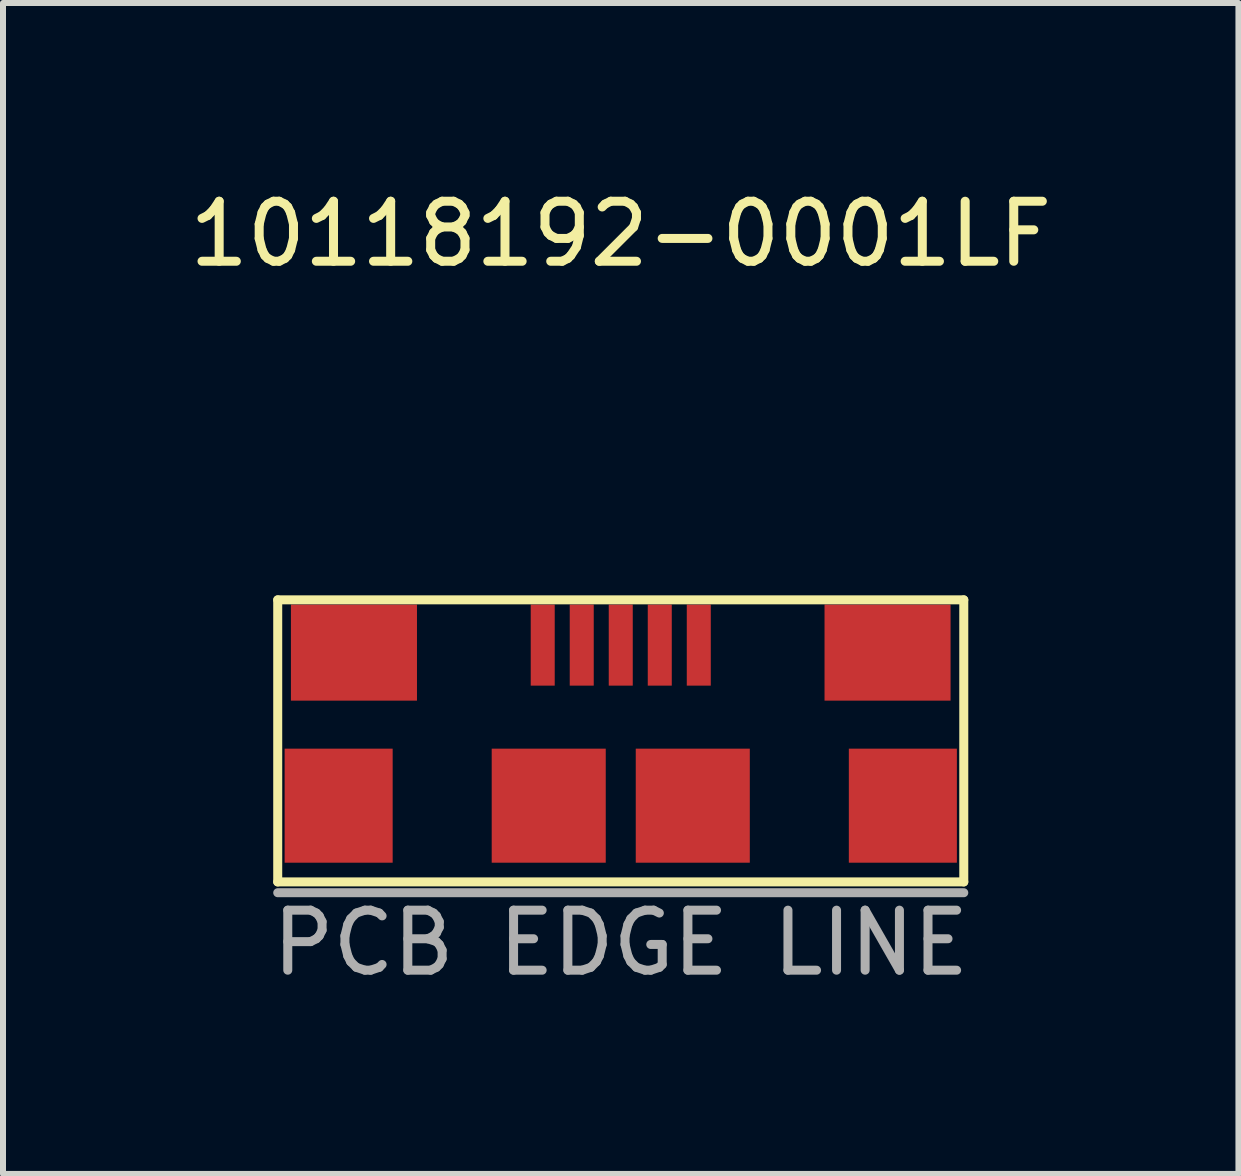
<source format=kicad_pcb>
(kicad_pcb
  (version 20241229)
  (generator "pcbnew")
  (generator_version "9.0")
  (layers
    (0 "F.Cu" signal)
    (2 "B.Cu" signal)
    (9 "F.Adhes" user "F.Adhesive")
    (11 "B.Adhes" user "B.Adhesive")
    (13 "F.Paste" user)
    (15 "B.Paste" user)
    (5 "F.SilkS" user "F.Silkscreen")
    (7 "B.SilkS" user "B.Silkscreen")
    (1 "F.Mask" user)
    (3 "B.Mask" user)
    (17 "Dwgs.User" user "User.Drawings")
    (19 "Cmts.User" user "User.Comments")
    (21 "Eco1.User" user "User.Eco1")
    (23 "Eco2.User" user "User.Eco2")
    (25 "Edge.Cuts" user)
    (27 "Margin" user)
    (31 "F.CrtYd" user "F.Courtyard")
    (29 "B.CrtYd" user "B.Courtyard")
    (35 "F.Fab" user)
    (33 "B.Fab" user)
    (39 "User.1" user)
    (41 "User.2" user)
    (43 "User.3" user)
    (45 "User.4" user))
  (footprint "10118192-0001LF"
    (layer "F.Cu")
    (at 7.292 10.373)
    (property "Reference" "10118192-0001LF" (at 0 -9.525 0) (layer "F.SilkS") (effects (font (size 1 1) (thickness 0.15))))
    (attr through_hole)
    (fp_line (start -5.715 -3.429) (end 5.715 -3.429) (stroke (width 0.15) (type solid)) (layer "F.SilkS"))
    (fp_line (start -5.715 1.27) (end -5.715 -3.429) (stroke (width 0.15) (type solid)) (layer "F.SilkS"))
    (fp_line (start 5.715 -3.429) (end 5.715 1.27) (stroke (width 0.15) (type solid)) (layer "F.SilkS"))
    (fp_line (start 5.715 1.27) (end -5.715 1.27) (stroke (width 0.15) (type solid)) (layer "F.SilkS"))
    (fp_line (start -5.715 1.45) (end 5.715 1.45) (stroke (width 0.15) (type solid)) (layer "F.Fab"))
    (fp_text user "PCB EDGE LINE" (at 0 2.286 0) (layer "F.Fab") (effects (font (size 1 1) (thickness 0.15))))
    (pad "1" smd rect (at -1.3 -2.675) (size 0.4 1.35) (layers "F.Cu" "F.Mask" "F.Paste"))
    (pad "2" smd rect (at -0.65 -2.675) (size 0.4 1.35) (layers "F.Cu" "F.Mask" "F.Paste"))
    (pad "3" smd rect (at 0 -2.675) (size 0.4 1.35) (layers "F.Cu" "F.Mask" "F.Paste"))
    (pad "4" smd rect (at 0.65 -2.675) (size 0.4 1.35) (layers "F.Cu" "F.Mask" "F.Paste"))
    (pad "5" smd rect (at 1.3 -2.675) (size 0.4 1.35) (layers "F.Cu" "F.Mask" "F.Paste"))
    (pad "6" smd rect (at -4.7 0) (size 1.8 1.9) (layers "F.Cu" "F.Mask" "F.Paste"))
    (pad "6" smd rect (at -4.445 -2.55) (size 2.1 1.6) (layers "F.Cu" "F.Mask" "F.Paste"))
    (pad "6" smd rect (at -1.2 0) (size 1.9 1.9) (layers "F.Cu" "F.Mask" "F.Paste"))
    (pad "6" smd rect (at 1.2 0) (size 1.9 1.9) (layers "F.Cu" "F.Mask" "F.Paste"))
    (pad "6" smd rect (at 4.445 -2.55) (size 2.1 1.6) (layers "F.Cu" "F.Mask" "F.Paste"))
    (pad "6" smd rect (at 4.7 0) (size 1.8 1.9) (layers "F.Cu" "F.Mask" "F.Paste")))
  (gr_rect
    (start -3 -3)
    (end 17.583 16.508)
    (stroke (width 0.1) (type default))
    (fill no)
    (layer "Edge.Cuts")))
</source>
